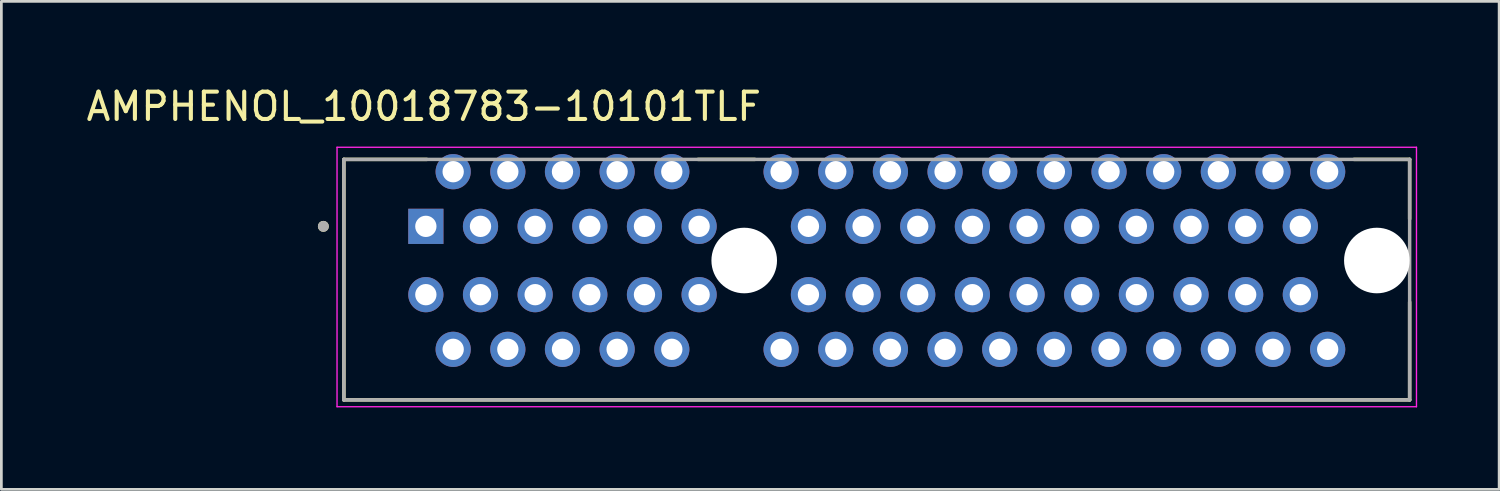
<source format=kicad_pcb>
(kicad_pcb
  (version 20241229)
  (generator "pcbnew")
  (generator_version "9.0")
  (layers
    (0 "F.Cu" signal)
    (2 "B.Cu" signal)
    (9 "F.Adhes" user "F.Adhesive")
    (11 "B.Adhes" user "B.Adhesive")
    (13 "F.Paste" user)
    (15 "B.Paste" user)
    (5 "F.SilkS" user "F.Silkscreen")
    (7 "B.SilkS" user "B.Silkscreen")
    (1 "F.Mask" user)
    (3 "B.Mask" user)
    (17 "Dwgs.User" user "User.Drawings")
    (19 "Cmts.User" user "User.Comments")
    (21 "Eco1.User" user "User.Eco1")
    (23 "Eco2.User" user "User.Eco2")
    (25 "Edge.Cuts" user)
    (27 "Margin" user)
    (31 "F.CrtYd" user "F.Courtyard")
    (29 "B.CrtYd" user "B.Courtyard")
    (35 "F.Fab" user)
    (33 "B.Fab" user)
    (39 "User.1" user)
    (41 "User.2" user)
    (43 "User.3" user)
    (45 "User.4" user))
  (footprint "AMPHENOL_10018783-10101TLF"
    (layer "F.Cu")
    (at 24.183 6.483)
    (property "Reference" "AMPHENOL_10018783-10101TLF" (at -11.725 -5.635 180) (layer "F.SilkS") (effects (font (size 1 1) (thickness 0.15))))
    (attr through_hole)
    (fp_line (start -14.65 -3.7) (end -11.614 -3.7) (stroke (width 0.127) (type solid)) (layer "F.SilkS"))
    (fp_line (start -14.65 5.1) (end -14.65 -3.7) (stroke (width 0.127) (type solid)) (layer "F.SilkS"))
    (fp_line (start -1.69 -3.7) (end 0.39 -3.7) (stroke (width 0.127) (type solid)) (layer "F.SilkS"))
    (fp_line (start 22.314 -3.7) (end 24.35 -3.7) (stroke (width 0.127) (type solid)) (layer "F.SilkS"))
    (fp_line (start 24.35 -3.7) (end 24.35 -1.52) (stroke (width 0.127) (type solid)) (layer "F.SilkS"))
    (fp_line (start 24.35 5.1) (end -14.65 5.1) (stroke (width 0.127) (type solid)) (layer "F.SilkS"))
    (fp_line (start 24.35 5.1) (end 24.35 1.52) (stroke (width 0.127) (type solid)) (layer "F.SilkS"))
    (fp_circle (center -15.4 -1.25) (end -15.3 -1.25) (stroke (width 0.2) (type solid)) (fill no) (layer "F.SilkS"))
    (fp_line (start -14.9 -4.144) (end -14.9 5.35) (stroke (width 0.05) (type solid)) (layer "F.CrtYd"))
    (fp_line (start -14.9 5.35) (end 24.6 5.35) (stroke (width 0.05) (type solid)) (layer "F.CrtYd"))
    (fp_line (start 24.6 -4.144) (end -14.9 -4.144) (stroke (width 0.05) (type solid)) (layer "F.CrtYd"))
    (fp_line (start 24.6 5.35) (end 24.6 -4.144) (stroke (width 0.05) (type solid)) (layer "F.CrtYd"))
    (fp_line (start -14.65 -3.7) (end 24.35 -3.7) (stroke (width 0.127) (type solid)) (layer "F.Fab"))
    (fp_line (start -14.65 5.1) (end -14.65 -3.7) (stroke (width 0.127) (type solid)) (layer "F.Fab"))
    (fp_line (start 24.35 -3.7) (end 24.35 5.1) (stroke (width 0.127) (type solid)) (layer "F.Fab"))
    (fp_line (start 24.35 5.1) (end -14.65 5.1) (stroke (width 0.127) (type solid)) (layer "F.Fab"))
    (fp_circle (center -15.4 -1.25) (end -15.3 -1.25) (stroke (width 0.2) (type solid)) (fill no) (layer "F.Fab"))
    (pad "" np_thru_hole circle (at 0 0) (size 2.4 2.4) (drill 2.4) (layers "*.Cu" "*.Mask"))
    (pad "" np_thru_hole circle (at 23.15 0) (size 2.4 2.4) (drill 2.4) (layers "*.Cu" "*.Mask"))
    (pad "A1" thru_hole rect (at -11.65 -1.25) (size 1.288 1.288) (drill 0.78) (layers "*.Cu" "*.Mask"))
    (pad "A2" thru_hole circle (at -10.65 -3.25) (size 1.288 1.288) (drill 0.78) (layers "*.Cu" "*.Mask"))
    (pad "A3" thru_hole circle (at -9.65 -1.25) (size 1.288 1.288) (drill 0.78) (layers "*.Cu" "*.Mask"))
    (pad "A4" thru_hole circle (at -8.65 -3.25) (size 1.288 1.288) (drill 0.78) (layers "*.Cu" "*.Mask"))
    (pad "A5" thru_hole circle (at -7.65 -1.25) (size 1.288 1.288) (drill 0.78) (layers "*.Cu" "*.Mask"))
    (pad "A6" thru_hole circle (at -6.65 -3.25) (size 1.288 1.288) (drill 0.78) (layers "*.Cu" "*.Mask"))
    (pad "A7" thru_hole circle (at -5.65 -1.25) (size 1.288 1.288) (drill 0.78) (layers "*.Cu" "*.Mask"))
    (pad "A8" thru_hole circle (at -4.65 -3.25) (size 1.288 1.288) (drill 0.78) (layers "*.Cu" "*.Mask"))
    (pad "A9" thru_hole circle (at -3.65 -1.25) (size 1.288 1.288) (drill 0.78) (layers "*.Cu" "*.Mask"))
    (pad "A10" thru_hole circle (at -2.65 -3.25) (size 1.288 1.288) (drill 0.78) (layers "*.Cu" "*.Mask"))
    (pad "A11" thru_hole circle (at -1.65 -1.25) (size 1.288 1.288) (drill 0.78) (layers "*.Cu" "*.Mask"))
    (pad "A12" thru_hole circle (at 1.35 -3.25) (size 1.288 1.288) (drill 0.78) (layers "*.Cu" "*.Mask"))
    (pad "A13" thru_hole circle (at 2.35 -1.25) (size 1.288 1.288) (drill 0.78) (layers "*.Cu" "*.Mask"))
    (pad "A14" thru_hole circle (at 3.35 -3.25) (size 1.288 1.288) (drill 0.78) (layers "*.Cu" "*.Mask"))
    (pad "A15" thru_hole circle (at 4.35 -1.25) (size 1.288 1.288) (drill 0.78) (layers "*.Cu" "*.Mask"))
    (pad "A16" thru_hole circle (at 5.35 -3.25) (size 1.288 1.288) (drill 0.78) (layers "*.Cu" "*.Mask"))
    (pad "A17" thru_hole circle (at 6.35 -1.25) (size 1.288 1.288) (drill 0.78) (layers "*.Cu" "*.Mask"))
    (pad "A18" thru_hole circle (at 7.35 -3.25) (size 1.288 1.288) (drill 0.78) (layers "*.Cu" "*.Mask"))
    (pad "A19" thru_hole circle (at 8.35 -1.25) (size 1.288 1.288) (drill 0.78) (layers "*.Cu" "*.Mask"))
    (pad "A20" thru_hole circle (at 9.35 -3.25) (size 1.288 1.288) (drill 0.78) (layers "*.Cu" "*.Mask"))
    (pad "A21" thru_hole circle (at 10.35 -1.25) (size 1.288 1.288) (drill 0.78) (layers "*.Cu" "*.Mask"))
    (pad "A22" thru_hole circle (at 11.35 -3.25) (size 1.288 1.288) (drill 0.78) (layers "*.Cu" "*.Mask"))
    (pad "A23" thru_hole circle (at 12.35 -1.25) (size 1.288 1.288) (drill 0.78) (layers "*.Cu" "*.Mask"))
    (pad "A24" thru_hole circle (at 13.35 -3.25) (size 1.288 1.288) (drill 0.78) (layers "*.Cu" "*.Mask"))
    (pad "A25" thru_hole circle (at 14.35 -1.25) (size 1.288 1.288) (drill 0.78) (layers "*.Cu" "*.Mask"))
    (pad "A26" thru_hole circle (at 15.35 -3.25) (size 1.288 1.288) (drill 0.78) (layers "*.Cu" "*.Mask"))
    (pad "A27" thru_hole circle (at 16.35 -1.25) (size 1.288 1.288) (drill 0.78) (layers "*.Cu" "*.Mask"))
    (pad "A28" thru_hole circle (at 17.35 -3.25) (size 1.288 1.288) (drill 0.78) (layers "*.Cu" "*.Mask"))
    (pad "A29" thru_hole circle (at 18.35 -1.25) (size 1.288 1.288) (drill 0.78) (layers "*.Cu" "*.Mask"))
    (pad "A30" thru_hole circle (at 19.35 -3.25) (size 1.288 1.288) (drill 0.78) (layers "*.Cu" "*.Mask"))
    (pad "A31" thru_hole circle (at 20.35 -1.25) (size 1.288 1.288) (drill 0.78) (layers "*.Cu" "*.Mask"))
    (pad "A32" thru_hole circle (at 21.35 -3.25) (size 1.288 1.288) (drill 0.78) (layers "*.Cu" "*.Mask"))
    (pad "B1" thru_hole circle (at -11.65 1.25) (size 1.288 1.288) (drill 0.78) (layers "*.Cu" "*.Mask"))
    (pad "B2" thru_hole circle (at -10.65 3.25) (size 1.288 1.288) (drill 0.78) (layers "*.Cu" "*.Mask"))
    (pad "B3" thru_hole circle (at -9.65 1.25) (size 1.288 1.288) (drill 0.78) (layers "*.Cu" "*.Mask"))
    (pad "B4" thru_hole circle (at -8.65 3.25) (size 1.288 1.288) (drill 0.78) (layers "*.Cu" "*.Mask"))
    (pad "B5" thru_hole circle (at -7.65 1.25) (size 1.288 1.288) (drill 0.78) (layers "*.Cu" "*.Mask"))
    (pad "B6" thru_hole circle (at -6.65 3.25) (size 1.288 1.288) (drill 0.78) (layers "*.Cu" "*.Mask"))
    (pad "B7" thru_hole circle (at -5.65 1.25) (size 1.288 1.288) (drill 0.78) (layers "*.Cu" "*.Mask"))
    (pad "B8" thru_hole circle (at -4.65 3.25) (size 1.288 1.288) (drill 0.78) (layers "*.Cu" "*.Mask"))
    (pad "B9" thru_hole circle (at -3.65 1.25) (size 1.288 1.288) (drill 0.78) (layers "*.Cu" "*.Mask"))
    (pad "B10" thru_hole circle (at -2.65 3.25) (size 1.288 1.288) (drill 0.78) (layers "*.Cu" "*.Mask"))
    (pad "B11" thru_hole circle (at -1.65 1.25) (size 1.288 1.288) (drill 0.78) (layers "*.Cu" "*.Mask"))
    (pad "B12" thru_hole circle (at 1.35 3.25) (size 1.288 1.288) (drill 0.78) (layers "*.Cu" "*.Mask"))
    (pad "B13" thru_hole circle (at 2.35 1.25) (size 1.288 1.288) (drill 0.78) (layers "*.Cu" "*.Mask"))
    (pad "B14" thru_hole circle (at 3.35 3.25) (size 1.288 1.288) (drill 0.78) (layers "*.Cu" "*.Mask"))
    (pad "B15" thru_hole circle (at 4.35 1.25) (size 1.288 1.288) (drill 0.78) (layers "*.Cu" "*.Mask"))
    (pad "B16" thru_hole circle (at 5.35 3.25) (size 1.288 1.288) (drill 0.78) (layers "*.Cu" "*.Mask"))
    (pad "B17" thru_hole circle (at 6.35 1.25) (size 1.288 1.288) (drill 0.78) (layers "*.Cu" "*.Mask"))
    (pad "B18" thru_hole circle (at 7.35 3.25) (size 1.288 1.288) (drill 0.78) (layers "*.Cu" "*.Mask"))
    (pad "B19" thru_hole circle (at 8.35 1.25) (size 1.288 1.288) (drill 0.78) (layers "*.Cu" "*.Mask"))
    (pad "B20" thru_hole circle (at 9.35 3.25) (size 1.288 1.288) (drill 0.78) (layers "*.Cu" "*.Mask"))
    (pad "B21" thru_hole circle (at 10.35 1.25) (size 1.288 1.288) (drill 0.78) (layers "*.Cu" "*.Mask"))
    (pad "B22" thru_hole circle (at 11.35 3.25) (size 1.288 1.288) (drill 0.78) (layers "*.Cu" "*.Mask"))
    (pad "B23" thru_hole circle (at 12.35 1.25) (size 1.288 1.288) (drill 0.78) (layers "*.Cu" "*.Mask"))
    (pad "B24" thru_hole circle (at 13.35 3.25) (size 1.288 1.288) (drill 0.78) (layers "*.Cu" "*.Mask"))
    (pad "B25" thru_hole circle (at 14.35 1.25) (size 1.288 1.288) (drill 0.78) (layers "*.Cu" "*.Mask"))
    (pad "B26" thru_hole circle (at 15.35 3.25) (size 1.288 1.288) (drill 0.78) (layers "*.Cu" "*.Mask"))
    (pad "B27" thru_hole circle (at 16.35 1.25) (size 1.288 1.288) (drill 0.78) (layers "*.Cu" "*.Mask"))
    (pad "B28" thru_hole circle (at 17.35 3.25) (size 1.288 1.288) (drill 0.78) (layers "*.Cu" "*.Mask"))
    (pad "B29" thru_hole circle (at 18.35 1.25) (size 1.288 1.288) (drill 0.78) (layers "*.Cu" "*.Mask"))
    (pad "B30" thru_hole circle (at 19.35 3.25) (size 1.288 1.288) (drill 0.78) (layers "*.Cu" "*.Mask"))
    (pad "B31" thru_hole circle (at 20.35 1.25) (size 1.288 1.288) (drill 0.78) (layers "*.Cu" "*.Mask"))
    (pad "B32" thru_hole circle (at 21.35 3.25) (size 1.288 1.288) (drill 0.78) (layers "*.Cu" "*.Mask")))
  (gr_rect
    (start -3 -3)
    (end 51.808 14.858)
    (stroke (width 0.1) (type default))
    (fill no)
    (layer "Edge.Cuts")))
</source>
